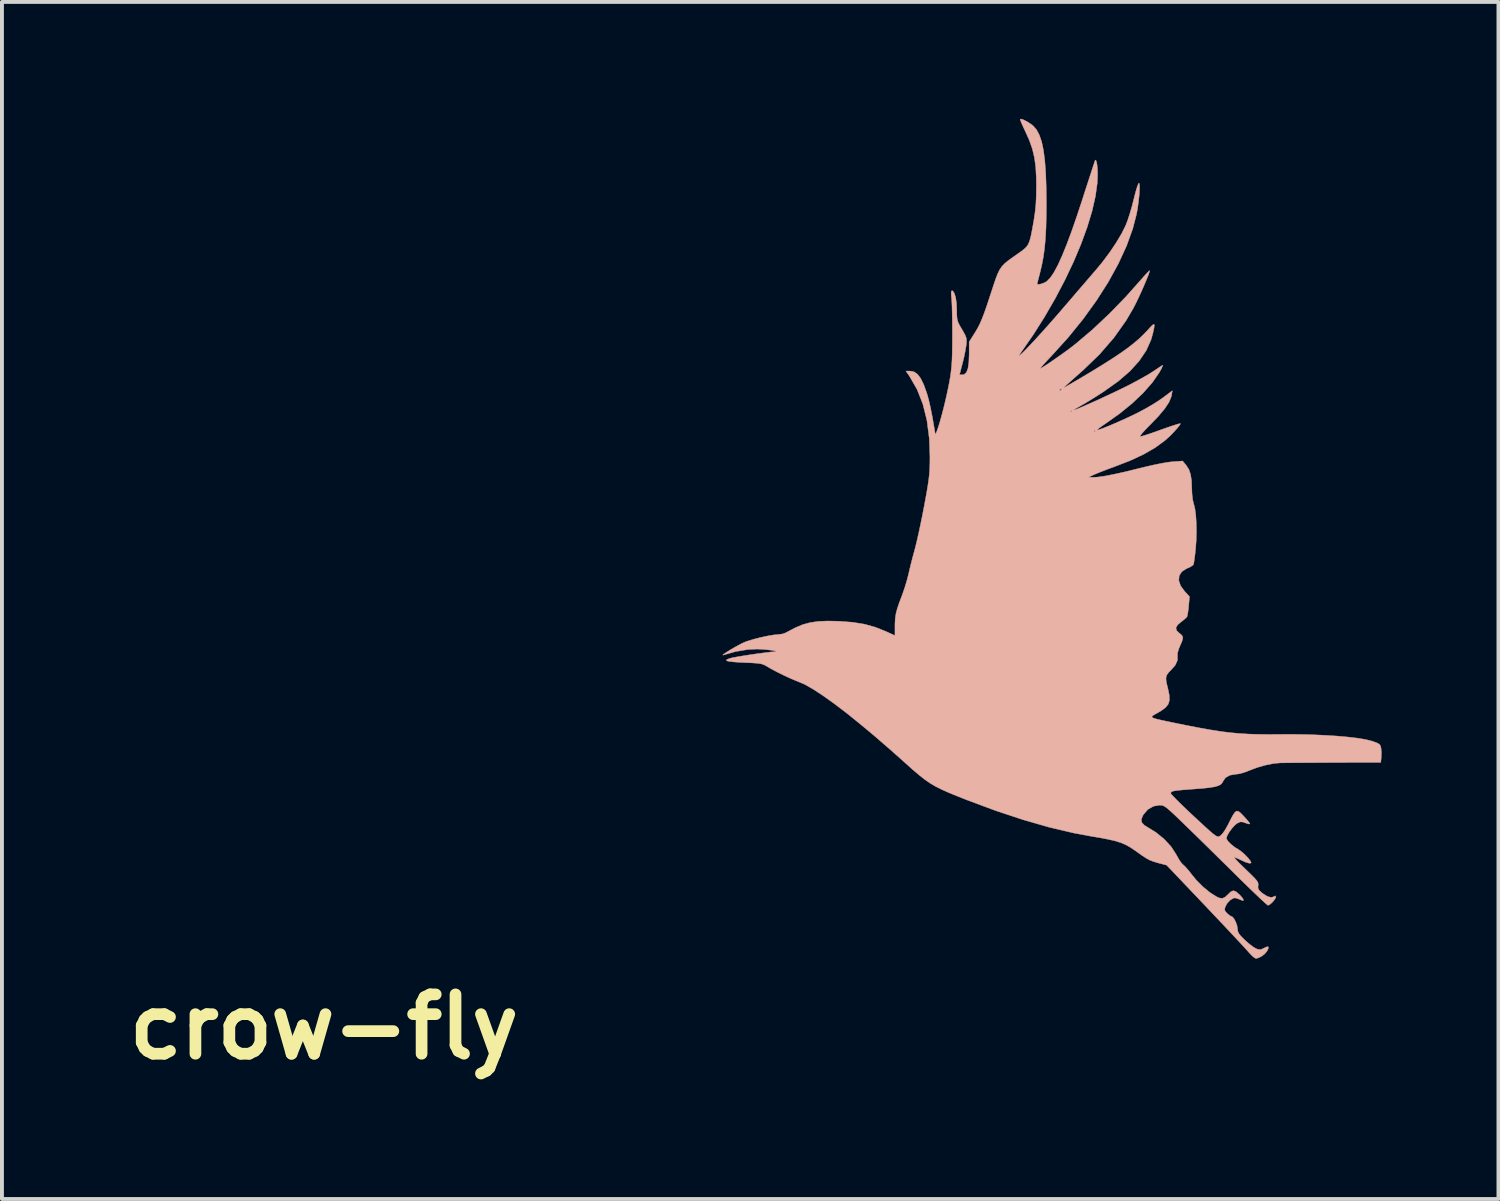
<source format=kicad_pcb>
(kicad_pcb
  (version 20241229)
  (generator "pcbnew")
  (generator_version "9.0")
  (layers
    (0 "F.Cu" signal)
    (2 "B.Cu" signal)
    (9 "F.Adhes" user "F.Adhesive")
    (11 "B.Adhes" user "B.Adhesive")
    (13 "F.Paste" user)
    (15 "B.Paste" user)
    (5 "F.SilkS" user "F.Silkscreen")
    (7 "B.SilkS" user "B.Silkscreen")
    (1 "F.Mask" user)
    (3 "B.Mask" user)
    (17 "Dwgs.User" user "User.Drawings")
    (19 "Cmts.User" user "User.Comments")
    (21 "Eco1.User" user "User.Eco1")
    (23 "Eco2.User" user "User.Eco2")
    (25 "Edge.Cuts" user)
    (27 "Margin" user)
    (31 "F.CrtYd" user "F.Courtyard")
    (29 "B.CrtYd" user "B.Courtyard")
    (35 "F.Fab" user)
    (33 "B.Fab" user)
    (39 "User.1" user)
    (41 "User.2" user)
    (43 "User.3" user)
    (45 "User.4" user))
  (footprint "crow-fly"
    (layer "F.Cu")
    (at 17.969 8.071)
    (property "Reference" "crow-fly" (at -12.7 15.24 0) (layer "F.SilkS") (effects (font (size 1.524 1.524) (thickness 0.3))))
    (attr through_hole)
    (fp_poly (pts (xy 5.171 -8.061) (xy 5.178 -8.029) (xy 5.208 -7.952) (xy 5.257 -7.844) (xy 5.301 -7.751) (xy 5.406 -7.517) (xy 5.483 -7.297) (xy 5.536 -7.074) (xy 5.569 -6.831) (xy 5.584 -6.553) (xy 5.586 -6.359) (xy 5.583 -6.101) (xy 5.573 -5.883) (xy 5.553 -5.683) (xy 5.523 -5.477) (xy 5.514 -5.424) (xy 5.476 -5.215) (xy 5.445 -5.057) (xy 5.413 -4.94) (xy 5.378 -4.853) (xy 5.332 -4.785) (xy 5.271 -4.726) (xy 5.191 -4.664) (xy 5.13 -4.621) (xy 4.98 -4.516) (xy 4.863 -4.432) (xy 4.773 -4.357) (xy 4.702 -4.283) (xy 4.645 -4.2) (xy 4.594 -4.098) (xy 4.543 -3.966) (xy 4.485 -3.796) (xy 4.414 -3.577) (xy 4.401 -3.539) (xy 4.32 -3.292) (xy 4.251 -3.095) (xy 4.191 -2.939) (xy 4.136 -2.811) (xy 4.081 -2.703) (xy 4.022 -2.603) (xy 4.018 -2.596) (xy 3.86 -2.345) (xy 3.86 -2.033) (xy 3.852 -1.818) (xy 3.829 -1.661) (xy 3.789 -1.559) (xy 3.731 -1.508) (xy 3.69 -1.501) (xy 3.612 -1.501) (xy 3.689 -1.795) (xy 3.727 -1.949) (xy 3.759 -2.105) (xy 3.781 -2.235) (xy 3.786 -2.27) (xy 3.793 -2.365) (xy 3.788 -2.437) (xy 3.763 -2.509) (xy 3.714 -2.6) (xy 3.674 -2.669) (xy 3.61 -2.777) (xy 3.571 -2.86) (xy 3.551 -2.939) (xy 3.543 -3.039) (xy 3.542 -3.163) (xy 3.535 -3.334) (xy 3.514 -3.479) (xy 3.482 -3.588) (xy 3.442 -3.65) (xy 3.416 -3.66) (xy 3.399 -3.631) (xy 3.4 -3.542) (xy 3.407 -3.477) (xy 3.414 -3.394) (xy 3.42 -3.258) (xy 3.424 -3.082) (xy 3.428 -2.877) (xy 3.429 -2.654) (xy 3.43 -2.517) (xy 3.428 -2.254) (xy 3.425 -2.042) (xy 3.419 -1.868) (xy 3.409 -1.72) (xy 3.395 -1.584) (xy 3.376 -1.449) (xy 3.356 -1.332) (xy 3.319 -1.143) (xy 3.273 -0.933) (xy 3.222 -0.714) (xy 3.167 -0.502) (xy 3.115 -0.311) (xy 3.067 -0.155) (xy 3.032 -0.056) (xy 2.993 0.039) (xy 2.966 -0.12) (xy 2.915 -0.414) (xy 2.868 -0.654) (xy 2.824 -0.847) (xy 2.781 -1.003) (xy 2.774 -1.025) (xy 2.695 -1.245) (xy 2.616 -1.407) (xy 2.533 -1.516) (xy 2.443 -1.578) (xy 2.344 -1.596) (xy 2.237 -1.596) (xy 2.33 -1.461) (xy 2.523 -1.125) (xy 2.672 -0.747) (xy 2.777 -0.325) (xy 2.837 0.142) (xy 2.853 0.594) (xy 2.852 0.756) (xy 2.848 0.896) (xy 2.84 1.026) (xy 2.826 1.159) (xy 2.805 1.309) (xy 2.776 1.487) (xy 2.736 1.708) (xy 2.707 1.864) (xy 2.661 2.102) (xy 2.612 2.341) (xy 2.564 2.567) (xy 2.519 2.765) (xy 2.481 2.921) (xy 2.465 2.981) (xy 2.417 3.158) (xy 2.367 3.351) (xy 2.324 3.528) (xy 2.308 3.601) (xy 2.265 3.769) (xy 2.208 3.96) (xy 2.147 4.136) (xy 2.135 4.168) (xy 2.063 4.359) (xy 2.013 4.508) (xy 1.981 4.633) (xy 1.963 4.749) (xy 1.956 4.874) (xy 1.955 4.95) (xy 1.955 5.194) (xy 1.724 5.089) (xy 1.452 4.98) (xy 1.173 4.902) (xy 0.869 4.853) (xy 0.523 4.827) (xy 0.51 4.826) (xy 0.224 4.821) (xy -0.014 4.831) (xy -0.22 4.861) (xy -0.409 4.912) (xy -0.597 4.99) (xy -0.799 5.096) (xy -0.839 5.119) (xy -0.928 5.152) (xy -1.03 5.166) (xy -1.151 5.177) (xy -1.311 5.204) (xy -1.491 5.242) (xy -1.67 5.288) (xy -1.828 5.336) (xy -1.903 5.364) (xy -1.98 5.399) (xy -2.074 5.449) (xy -2.177 5.506) (xy -2.277 5.565) (xy -2.366 5.62) (xy -2.432 5.665) (xy -2.465 5.692) (xy -2.457 5.697) (xy -2.444 5.693) (xy -2.135 5.605) (xy -1.825 5.553) (xy -1.585 5.541) (xy -1.476 5.546) (xy -1.362 5.554) (xy -1.257 5.566) (xy -1.169 5.578) (xy -1.111 5.591) (xy -1.094 5.601) (xy -1.129 5.608) (xy -1.132 5.608) (xy -1.236 5.617) (xy -1.379 5.634) (xy -1.547 5.656) (xy -1.725 5.681) (xy -1.9 5.708) (xy -2.058 5.734) (xy -2.185 5.757) (xy -2.267 5.775) (xy -2.282 5.779) (xy -2.356 5.808) (xy -2.376 5.827) (xy -2.35 5.846) (xy -2.345 5.848) (xy -2.291 5.859) (xy -2.188 5.871) (xy -2.05 5.881) (xy -1.891 5.889) (xy -1.872 5.89) (xy -1.696 5.897) (xy -1.57 5.907) (xy -1.481 5.92) (xy -1.415 5.94) (xy -1.359 5.969) (xy -1.346 5.977) (xy -1.219 6.051) (xy -1.058 6.136) (xy -0.882 6.223) (xy -0.712 6.301) (xy -0.569 6.361) (xy -0.524 6.378) (xy -0.355 6.451) (xy -0.146 6.57) (xy 0.102 6.732) (xy 0.386 6.934) (xy 0.704 7.176) (xy 1.052 7.456) (xy 1.43 7.771) (xy 1.833 8.12) (xy 2.23 8.473) (xy 2.417 8.641) (xy 2.578 8.777) (xy 2.721 8.89) (xy 2.86 8.986) (xy 3.005 9.071) (xy 3.168 9.152) (xy 3.36 9.237) (xy 3.592 9.331) (xy 3.791 9.41) (xy 4.537 9.688) (xy 5.24 9.921) (xy 5.904 10.112) (xy 6.529 10.26) (xy 6.982 10.345) (xy 7.244 10.389) (xy 7.453 10.43) (xy 7.622 10.47) (xy 7.76 10.514) (xy 7.88 10.565) (xy 7.992 10.627) (xy 8.107 10.704) (xy 8.152 10.736) (xy 8.294 10.837) (xy 8.403 10.908) (xy 8.494 10.958) (xy 8.586 10.994) (xy 8.693 11.026) (xy 8.736 11.038) (xy 8.929 11.088) (xy 9.911 12.12) (xy 10.12 12.341) (xy 10.32 12.552) (xy 10.506 12.75) (xy 10.673 12.928) (xy 10.815 13.08) (xy 10.927 13.201) (xy 11.004 13.286) (xy 11.032 13.319) (xy 11.11 13.403) (xy 11.178 13.462) (xy 11.223 13.485) (xy 11.282 13.469) (xy 11.362 13.43) (xy 11.377 13.421) (xy 11.449 13.364) (xy 11.507 13.293) (xy 11.541 13.226) (xy 11.537 13.182) (xy 11.537 13.182) (xy 11.501 13.185) (xy 11.436 13.214) (xy 11.425 13.22) (xy 11.35 13.254) (xy 11.285 13.252) (xy 11.227 13.232) (xy 11.154 13.189) (xy 11.057 13.116) (xy 10.953 13.026) (xy 10.937 13.011) (xy 10.84 12.915) (xy 10.783 12.844) (xy 10.756 12.784) (xy 10.749 12.722) (xy 10.736 12.638) (xy 10.702 12.544) (xy 10.659 12.462) (xy 10.614 12.412) (xy 10.596 12.405) (xy 10.556 12.386) (xy 10.495 12.337) (xy 10.485 12.328) (xy 10.431 12.269) (xy 10.419 12.216) (xy 10.436 12.154) (xy 10.488 12.061) (xy 10.565 11.982) (xy 10.648 11.935) (xy 10.682 11.929) (xy 10.746 11.944) (xy 10.821 11.975) (xy 10.886 12) (xy 10.905 11.986) (xy 10.88 11.937) (xy 10.811 11.857) (xy 10.8 11.847) (xy 10.713 11.77) (xy 10.645 11.744) (xy 10.581 11.768) (xy 10.525 11.821) (xy 10.437 11.904) (xy 10.364 11.94) (xy 10.288 11.932) (xy 10.216 11.901) (xy 10.043 11.792) (xy 9.861 11.642) (xy 9.688 11.468) (xy 9.578 11.334) (xy 9.496 11.229) (xy 9.42 11.142) (xy 9.364 11.087) (xy 9.354 11.08) (xy 9.309 11.033) (xy 9.249 10.946) (xy 9.187 10.837) (xy 9.18 10.822) (xy 9.047 10.616) (xy 8.866 10.419) (xy 8.651 10.244) (xy 8.479 10.139) (xy 8.357 10.063) (xy 8.292 9.993) (xy 8.279 9.917) (xy 8.315 9.823) (xy 8.336 9.787) (xy 8.449 9.657) (xy 8.594 9.575) (xy 8.746 9.548) (xy 8.79 9.55) (xy 8.83 9.558) (xy 8.875 9.579) (xy 8.931 9.617) (xy 9.004 9.679) (xy 9.102 9.768) (xy 9.231 9.891) (xy 9.398 10.052) (xy 9.409 10.063) (xy 9.569 10.219) (xy 9.763 10.408) (xy 9.98 10.621) (xy 10.208 10.846) (xy 10.438 11.072) (xy 10.658 11.289) (xy 10.718 11.349) (xy 10.902 11.53) (xy 11.073 11.696) (xy 11.224 11.841) (xy 11.351 11.962) (xy 11.448 12.051) (xy 11.511 12.105) (xy 11.532 12.12) (xy 11.582 12.096) (xy 11.645 12.04) (xy 11.702 11.972) (xy 11.732 11.914) (xy 11.734 11.905) (xy 11.724 11.875) (xy 11.689 11.895) (xy 11.614 11.918) (xy 11.512 11.889) (xy 11.391 11.812) (xy 11.374 11.798) (xy 11.303 11.732) (xy 11.275 11.678) (xy 11.278 11.614) (xy 11.278 11.612) (xy 11.282 11.571) (xy 11.271 11.531) (xy 11.24 11.481) (xy 11.181 11.414) (xy 11.087 11.32) (xy 10.975 11.212) (xy 10.86 11.1) (xy 10.765 11.005) (xy 10.699 10.934) (xy 10.667 10.895) (xy 10.666 10.89) (xy 10.699 10.896) (xy 10.771 10.925) (xy 10.84 10.959) (xy 10.96 11.013) (xy 11.047 11.039) (xy 11.094 11.034) (xy 11.099 11.022) (xy 11.076 10.975) (xy 11.019 10.903) (xy 10.942 10.822) (xy 10.859 10.747) (xy 10.786 10.694) (xy 10.774 10.687) (xy 10.674 10.626) (xy 10.58 10.55) (xy 10.505 10.474) (xy 10.466 10.411) (xy 10.464 10.397) (xy 10.485 10.329) (xy 10.538 10.236) (xy 10.61 10.139) (xy 10.685 10.057) (xy 10.747 10.009) (xy 10.82 9.979) (xy 10.883 9.98) (xy 10.955 10.006) (xy 11.026 10.03) (xy 11.065 10.031) (xy 11.067 10.026) (xy 11.047 9.992) (xy 10.993 9.925) (xy 10.917 9.841) (xy 10.908 9.831) (xy 10.832 9.752) (xy 10.774 9.707) (xy 10.726 9.699) (xy 10.68 9.734) (xy 10.626 9.815) (xy 10.557 9.947) (xy 10.517 10.028) (xy 10.432 10.183) (xy 10.356 10.29) (xy 10.302 10.339) (xy 10.275 10.352) (xy 10.248 10.356) (xy 10.216 10.347) (xy 10.171 10.32) (xy 10.107 10.271) (xy 10.019 10.195) (xy 9.901 10.088) (xy 9.746 9.945) (xy 9.627 9.835) (xy 9.466 9.683) (xy 9.321 9.545) (xy 9.2 9.425) (xy 9.108 9.331) (xy 9.051 9.268) (xy 9.035 9.244) (xy 9.041 9.219) (xy 9.064 9.2) (xy 9.114 9.184) (xy 9.197 9.171) (xy 9.324 9.158) (xy 9.501 9.144) (xy 9.606 9.136) (xy 9.846 9.118) (xy 10.03 9.098) (xy 10.166 9.075) (xy 10.262 9.047) (xy 10.324 9.012) (xy 10.362 8.968) (xy 10.375 8.939) (xy 10.44 8.844) (xy 10.552 8.78) (xy 10.697 8.754) (xy 10.712 8.754) (xy 10.806 8.741) (xy 10.928 8.706) (xy 11.039 8.663) (xy 11.245 8.584) (xy 11.467 8.52) (xy 11.68 8.478) (xy 11.846 8.463) (xy 12.17 8.46) (xy 12.525 8.458) (xy 12.894 8.456) (xy 13.254 8.454) (xy 13.587 8.453) (xy 13.819 8.453) (xy 14.427 8.453) (xy 14.439 8.326) (xy 14.443 8.209) (xy 14.435 8.096) (xy 14.434 8.087) (xy 14.421 8.029) (xy 14.395 7.988) (xy 14.342 7.956) (xy 14.248 7.92) (xy 14.197 7.903) (xy 14.048 7.865) (xy 13.844 7.83) (xy 13.593 7.8) (xy 13.304 7.774) (xy 12.984 7.754) (xy 12.642 7.739) (xy 12.286 7.731) (xy 11.924 7.73) (xy 11.877 7.731) (xy 11.565 7.733) (xy 11.288 7.73) (xy 11.035 7.723) (xy 10.794 7.708) (xy 10.556 7.686) (xy 10.309 7.655) (xy 10.044 7.613) (xy 9.749 7.56) (xy 9.414 7.495) (xy 9.029 7.416) (xy 9.01 7.412) (xy 8.815 7.371) (xy 8.677 7.339) (xy 8.592 7.313) (xy 8.554 7.289) (xy 8.558 7.263) (xy 8.599 7.233) (xy 8.672 7.193) (xy 8.695 7.181) (xy 8.8 7.118) (xy 8.898 7.044) (xy 8.909 7.034) (xy 8.972 6.954) (xy 9.001 6.855) (xy 8.997 6.724) (xy 8.961 6.551) (xy 8.956 6.532) (xy 8.921 6.388) (xy 8.912 6.287) (xy 8.931 6.21) (xy 8.981 6.14) (xy 9.033 6.089) (xy 9.151 5.955) (xy 9.208 5.827) (xy 9.207 5.721) (xy 9.21 5.637) (xy 9.249 5.514) (xy 9.27 5.466) (xy 9.322 5.346) (xy 9.345 5.266) (xy 9.338 5.212) (xy 9.3 5.167) (xy 9.257 5.135) (xy 9.183 5.063) (xy 9.169 4.993) (xy 9.214 4.917) (xy 9.297 4.847) (xy 9.378 4.784) (xy 9.436 4.732) (xy 9.452 4.712) (xy 9.465 4.664) (xy 9.48 4.571) (xy 9.494 4.452) (xy 9.495 4.434) (xy 9.517 4.194) (xy 9.391 4.058) (xy 9.288 3.917) (xy 9.242 3.782) (xy 9.252 3.659) (xy 9.318 3.554) (xy 9.439 3.476) (xy 9.458 3.468) (xy 9.546 3.427) (xy 9.606 3.386) (xy 9.619 3.369) (xy 9.629 3.321) (xy 9.643 3.225) (xy 9.66 3.095) (xy 9.673 2.971) (xy 9.689 2.754) (xy 9.695 2.528) (xy 9.691 2.306) (xy 9.678 2.105) (xy 9.656 1.937) (xy 9.626 1.817) (xy 9.625 1.817) (xy 9.599 1.71) (xy 9.582 1.563) (xy 9.576 1.42) (xy 9.568 1.212) (xy 9.543 1.053) (xy 9.5 0.929) (xy 9.433 0.825) (xy 9.424 0.814) (xy 9.34 0.713) (xy 9.084 0.731) (xy 8.963 0.745) (xy 8.796 0.774) (xy 8.599 0.814) (xy 8.389 0.862) (xy 8.257 0.894) (xy 7.897 0.983) (xy 7.593 1.051) (xy 7.346 1.099) (xy 7.156 1.126) (xy 7.038 1.132) (xy 6.924 1.129) (xy 7.082 1.056) (xy 7.18 1.015) (xy 7.317 0.961) (xy 7.472 0.902) (xy 7.574 0.865) (xy 7.987 0.706) (xy 8.34 0.541) (xy 8.638 0.369) (xy 8.886 0.187) (xy 8.924 0.154) (xy 9.017 0.068) (xy 9.109 -0.026) (xy 9.191 -0.116) (xy 9.252 -0.191) (xy 9.282 -0.238) (xy 9.282 -0.249) (xy 9.249 -0.243) (xy 9.166 -0.219) (xy 9.045 -0.18) (xy 8.895 -0.128) (xy 8.785 -0.089) (xy 8.618 -0.029) (xy 8.47 0.022) (xy 8.351 0.06) (xy 8.273 0.082) (xy 8.251 0.086) (xy 8.252 0.066) (xy 8.294 0.009) (xy 8.352 -0.056) (xy 7.098 -0.056) (xy 7.082 -0.041) (xy 7.066 -0.056) (xy 7.082 -0.072) (xy 7.098 -0.056) (xy 8.352 -0.056) (xy 8.372 -0.079) (xy 8.48 -0.191) (xy 8.506 -0.216) (xy 8.721 -0.439) (xy 8.882 -0.632) (xy 8.991 -0.798) (xy 9.049 -0.939) (xy 9.056 -0.974) (xy 9.076 -1.092) (xy 8.843 -0.917) (xy 8.719 -0.831) (xy 8.559 -0.73) (xy 8.386 -0.63) (xy 8.243 -0.553) (xy 8.097 -0.479) (xy 7.933 -0.402) (xy 7.762 -0.324) (xy 7.594 -0.25) (xy 7.439 -0.184) (xy 7.306 -0.131) (xy 7.207 -0.095) (xy 7.151 -0.08) (xy 7.142 -0.081) (xy 7.161 -0.103) (xy 7.222 -0.151) (xy 7.313 -0.215) (xy 7.36 -0.247) (xy 7.722 -0.503) (xy 7.797 -0.564) (xy 6.495 -0.564) (xy 6.479 -0.549) (xy 6.463 -0.564) (xy 6.479 -0.58) (xy 6.495 -0.564) (xy 7.797 -0.564) (xy 8.047 -0.768) (xy 8.328 -1.035) (xy 8.561 -1.299) (xy 8.739 -1.556) (xy 8.795 -1.655) (xy 8.823 -1.719) (xy 8.828 -1.746) (xy 8.823 -1.745) (xy 8.786 -1.721) (xy 8.71 -1.671) (xy 8.612 -1.604) (xy 8.587 -1.588) (xy 8.479 -1.52) (xy 8.332 -1.435) (xy 8.163 -1.342) (xy 7.99 -1.25) (xy 7.952 -1.23) (xy 7.808 -1.159) (xy 7.641 -1.078) (xy 7.459 -0.992) (xy 7.272 -0.905) (xy 7.089 -0.821) (xy 6.918 -0.745) (xy 6.768 -0.679) (xy 6.649 -0.629) (xy 6.569 -0.598) (xy 6.538 -0.59) (xy 6.559 -0.608) (xy 6.623 -0.648) (xy 6.717 -0.7) (xy 6.726 -0.706) (xy 6.825 -0.762) (xy 6.961 -0.845) (xy 7.119 -0.943) (xy 7.281 -1.047) (xy 7.332 -1.081) (xy 7.419 -1.143) (xy 6.236 -1.143) (xy 6.228 -1.125) (xy 6.196 -1.091) (xy 6.178 -1.098) (xy 6.177 -1.102) (xy 6.2 -1.129) (xy 6.214 -1.139) (xy 6.236 -1.143) (xy 7.419 -1.143) (xy 7.69 -1.336) (xy 7.987 -1.593) (xy 8.224 -1.854) (xy 8.404 -2.12) (xy 8.528 -2.395) (xy 8.573 -2.552) (xy 8.604 -2.691) (xy 8.615 -2.773) (xy 8.603 -2.799) (xy 8.564 -2.775) (xy 8.495 -2.704) (xy 8.461 -2.666) (xy 8.35 -2.548) (xy 8.23 -2.432) (xy 8.095 -2.316) (xy 7.94 -2.195) (xy 7.759 -2.065) (xy 7.548 -1.924) (xy 7.301 -1.767) (xy 7.013 -1.59) (xy 6.679 -1.391) (xy 6.336 -1.191) (xy 6.307 -1.174) (xy 6.293 -1.169) (xy 6.299 -1.179) (xy 6.328 -1.209) (xy 6.387 -1.263) (xy 6.479 -1.346) (xy 6.609 -1.462) (xy 6.782 -1.615) (xy 6.789 -1.621) (xy 7.208 -2.026) (xy 7.578 -2.454) (xy 7.893 -2.899) (xy 8.079 -3.218) (xy 8.144 -3.345) (xy 8.215 -3.493) (xy 8.288 -3.652) (xy 8.357 -3.81) (xy 8.417 -3.953) (xy 8.464 -4.07) (xy 8.49 -4.15) (xy 8.495 -4.174) (xy 8.476 -4.164) (xy 8.426 -4.113) (xy 8.352 -4.032) (xy 8.298 -3.97) (xy 7.883 -3.503) (xy 7.457 -3.065) (xy 7.031 -2.664) (xy 6.615 -2.311) (xy 6.499 -2.219) (xy 6.382 -2.131) (xy 6.248 -2.034) (xy 6.108 -1.936) (xy 5.973 -1.842) (xy 5.853 -1.761) (xy 5.757 -1.7) (xy 5.697 -1.665) (xy 5.683 -1.66) (xy 5.697 -1.681) (xy 5.747 -1.74) (xy 5.827 -1.829) (xy 5.931 -1.94) (xy 5.987 -1.999) (xy 6.404 -2.46) (xy 6.786 -2.931) (xy 7.13 -3.408) (xy 7.433 -3.883) (xy 7.691 -4.353) (xy 7.902 -4.812) (xy 8.061 -5.253) (xy 8.158 -5.629) (xy 8.185 -5.783) (xy 8.207 -5.944) (xy 8.224 -6.099) (xy 8.233 -6.236) (xy 8.235 -6.343) (xy 8.228 -6.408) (xy 8.217 -6.422) (xy 8.199 -6.393) (xy 8.17 -6.313) (xy 8.134 -6.194) (xy 8.096 -6.046) (xy 8.085 -6.002) (xy 8.038 -5.818) (xy 7.983 -5.631) (xy 7.928 -5.462) (xy 7.879 -5.335) (xy 7.775 -5.126) (xy 7.634 -4.89) (xy 7.467 -4.641) (xy 7.283 -4.395) (xy 7.122 -4.2) (xy 7.041 -4.106) (xy 6.927 -3.973) (xy 6.786 -3.809) (xy 6.626 -3.624) (xy 6.456 -3.425) (xy 6.281 -3.222) (xy 6.235 -3.168) (xy 6.06 -2.966) (xy 5.89 -2.773) (xy 5.728 -2.592) (xy 5.579 -2.428) (xy 5.446 -2.285) (xy 5.333 -2.166) (xy 5.243 -2.075) (xy 5.18 -2.016) (xy 5.147 -1.993) (xy 5.149 -2.01) (xy 5.19 -2.071) (xy 5.191 -2.073) (xy 5.505 -2.526) (xy 5.799 -2.991) (xy 6.071 -3.462) (xy 6.319 -3.934) (xy 6.54 -4.399) (xy 6.731 -4.853) (xy 6.89 -5.289) (xy 7.015 -5.701) (xy 7.102 -6.084) (xy 7.15 -6.431) (xy 7.158 -6.657) (xy 7.153 -6.796) (xy 7.141 -6.908) (xy 7.125 -6.984) (xy 7.107 -7.014) (xy 7.089 -6.994) (xy 7.076 -6.952) (xy 7.045 -6.859) (xy 7 -6.72) (xy 6.943 -6.545) (xy 6.877 -6.342) (xy 6.804 -6.117) (xy 6.782 -6.047) (xy 6.63 -5.586) (xy 6.491 -5.185) (xy 6.363 -4.842) (xy 6.246 -4.554) (xy 6.139 -4.319) (xy 6.04 -4.134) (xy 5.949 -3.998) (xy 5.864 -3.908) (xy 5.808 -3.871) (xy 5.714 -3.834) (xy 5.642 -3.819) (xy 5.607 -3.829) (xy 5.606 -3.834) (xy 5.614 -3.87) (xy 5.634 -3.951) (xy 5.663 -4.061) (xy 5.668 -4.08) (xy 5.721 -4.297) (xy 5.763 -4.514) (xy 5.795 -4.742) (xy 5.818 -4.994) (xy 5.833 -5.278) (xy 5.841 -5.607) (xy 5.843 -5.898) (xy 5.838 -6.325) (xy 5.825 -6.693) (xy 5.801 -7.005) (xy 5.767 -7.267) (xy 5.721 -7.483) (xy 5.662 -7.655) (xy 5.591 -7.79) (xy 5.506 -7.889) (xy 5.468 -7.92) (xy 5.359 -7.992) (xy 5.263 -8.043) (xy 5.195 -8.066) (xy 5.171 -8.061)) (stroke (width 0.01) (type solid)) (fill yes) (layer "B.SilkS")))
  (gr_rect
    (start -3 -3)
    (end 35.417 27.729)
    (stroke (width 0.1) (type default))
    (fill no)
    (layer "Edge.Cuts")))
</source>
